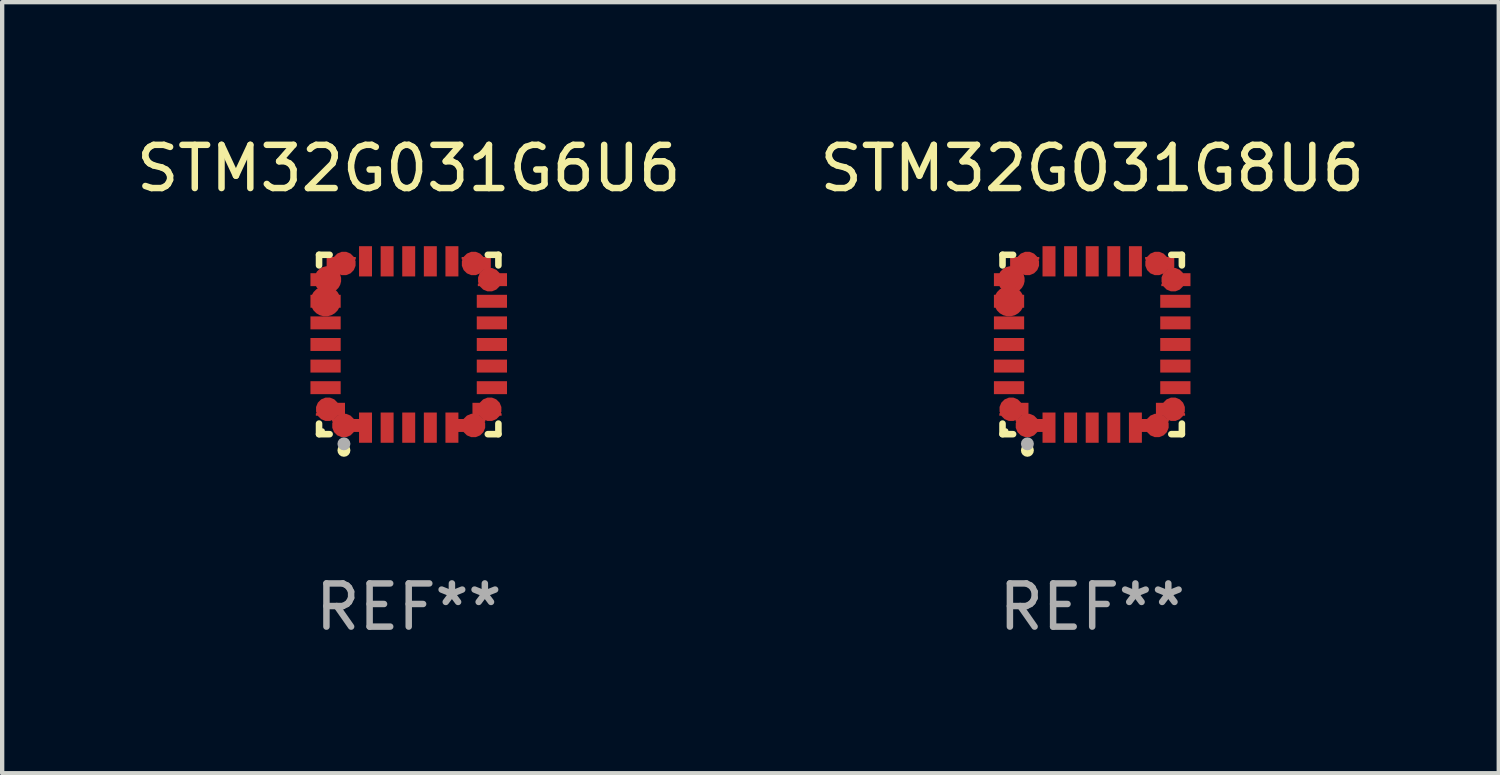
<source format=kicad_pcb>
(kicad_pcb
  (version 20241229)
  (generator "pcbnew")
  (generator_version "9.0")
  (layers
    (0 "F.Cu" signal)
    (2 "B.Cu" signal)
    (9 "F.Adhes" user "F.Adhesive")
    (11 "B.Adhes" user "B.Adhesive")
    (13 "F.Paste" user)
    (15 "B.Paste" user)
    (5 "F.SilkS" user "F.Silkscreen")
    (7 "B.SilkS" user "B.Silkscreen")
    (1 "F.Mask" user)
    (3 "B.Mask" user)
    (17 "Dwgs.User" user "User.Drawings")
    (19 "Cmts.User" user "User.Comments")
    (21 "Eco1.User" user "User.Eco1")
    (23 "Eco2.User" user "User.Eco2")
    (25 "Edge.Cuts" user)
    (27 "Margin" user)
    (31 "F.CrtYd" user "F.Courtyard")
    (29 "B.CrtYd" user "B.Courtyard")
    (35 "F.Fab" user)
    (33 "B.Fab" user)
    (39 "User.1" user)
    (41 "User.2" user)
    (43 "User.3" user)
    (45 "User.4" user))
  (footprint "STM32G031G8U6"
    (layer "F.Cu")
    (at 22.232 4.924)
    (property "Reference" "STM32G031G8U6" (at 0 -4.076 0) (layer "F.SilkS") (effects (font (size 1 1) (thickness 0.15))))
    (attr through_hole)
    (fp_line (start -2.076 -2.076) (end -1.831 -2.076) (stroke (width 0.152) (type solid)) (layer "F.SilkS"))
    (fp_line (start -2.076 -1.831) (end -2.076 -2.076) (stroke (width 0.152) (type solid)) (layer "F.SilkS"))
    (fp_line (start -2.076 1.831) (end -2.076 2.076) (stroke (width 0.152) (type solid)) (layer "F.SilkS"))
    (fp_line (start -2.076 2.076) (end -1.831 2.076) (stroke (width 0.152) (type solid)) (layer "F.SilkS"))
    (fp_line (start 2.076 -2.076) (end 1.831 -2.076) (stroke (width 0.152) (type solid)) (layer "F.SilkS"))
    (fp_line (start 2.076 -1.831) (end 2.076 -2.076) (stroke (width 0.152) (type solid)) (layer "F.SilkS"))
    (fp_line (start 2.076 1.831) (end 2.076 2.076) (stroke (width 0.152) (type solid)) (layer "F.SilkS"))
    (fp_line (start 2.076 2.076) (end 1.831 2.076) (stroke (width 0.152) (type solid)) (layer "F.SilkS"))
    (fp_circle (center -2 2) (end -1.97 2) (stroke (width 0.06) (type solid)) (fill no) (layer "F.SilkS"))
    (fp_circle (center -1.5 2.45) (end -1.425 2.45) (stroke (width 0.15) (type solid)) (fill no) (layer "F.SilkS"))
    (fp_circle (center -1.5 2.3) (end -1.425 2.3) (stroke (width 0.15) (type solid)) (fill no) (layer "F.Fab"))
    (fp_text user "REF**" (at 0 6.076 0) (layer "F.Fab") (effects (font (size 1 1) (thickness 0.15))))
    (pad "1" smd custom (at -1.5 1.875 90) (size 0.55 0.3) (layers "F.Cu" "F.Mask" "F.Paste") (options (anchor circle)) (primitives (gr_poly (pts (xy -0.15 -0.025) (xy -0.15 0.4) (xy 0.15 0.4) (xy 0.15 -0.275) (xy 0.1 -0.275)) (width 0) (fill yes))))
    (pad "2" smd rect (at -1 1.925) (size 0.3 0.7) (layers "F.Cu" "F.Mask" "F.Paste"))
    (pad "3" smd rect (at -0.5 1.925) (size 0.3 0.7) (layers "F.Cu" "F.Mask" "F.Paste"))
    (pad "4" smd rect (at 0 1.925) (size 0.3 0.7) (layers "F.Cu" "F.Mask" "F.Paste"))
    (pad "5" smd rect (at 0.5 1.925) (size 0.3 0.7) (layers "F.Cu" "F.Mask" "F.Paste"))
    (pad "6" smd rect (at 1 1.925) (size 0.3 0.7) (layers "F.Cu" "F.Mask" "F.Paste"))
    (pad "7" smd custom (at 1.5 1.875 270) (size 0.55 0.3) (layers "F.Cu" "F.Mask" "F.Paste") (options (anchor circle)) (primitives (gr_poly (pts (xy 0.15 -0.025) (xy 0.15 0.4) (xy -0.15 0.4) (xy -0.15 -0.275) (xy -0.1 -0.275)) (width 0) (fill yes))))
    (pad "8" smd custom (at 1.875 1.5 180) (size 0.55 0.3) (layers "F.Cu" "F.Mask" "F.Paste") (options (anchor circle)) (primitives (gr_poly (pts (xy -0.025 0.15) (xy 0.4 0.15) (xy 0.4 -0.15) (xy -0.275 -0.15) (xy -0.275 -0.1)) (width 0) (fill yes))))
    (pad "9" smd rect (at 1.925 1) (size 0.7 0.3) (layers "F.Cu" "F.Mask" "F.Paste"))
    (pad "10" smd rect (at 1.925 0.5) (size 0.7 0.3) (layers "F.Cu" "F.Mask" "F.Paste"))
    (pad "11" smd rect (at 1.925 0) (size 0.7 0.3) (layers "F.Cu" "F.Mask" "F.Paste"))
    (pad "12" smd rect (at 1.925 -0.5) (size 0.7 0.3) (layers "F.Cu" "F.Mask" "F.Paste"))
    (pad "13" smd rect (at 1.925 -1) (size 0.7 0.3) (layers "F.Cu" "F.Mask" "F.Paste"))
    (pad "14" smd custom (at 1.875 -1.5) (size 0.55 0.3) (layers "F.Cu" "F.Mask" "F.Paste") (options (anchor circle)) (primitives (gr_poly (pts (xy -0.025 -0.15) (xy 0.4 -0.15) (xy 0.4 0.15) (xy -0.275 0.15) (xy -0.275 0.1)) (width 0) (fill yes))))
    (pad "15" smd custom (at 1.5 -1.875 270) (size 0.55 0.3) (layers "F.Cu" "F.Mask" "F.Paste") (options (anchor circle)) (primitives (gr_poly (pts (xy 0.15 0.025) (xy 0.15 -0.4) (xy -0.15 -0.4) (xy -0.15 0.275) (xy -0.1 0.275)) (width 0) (fill yes))))
    (pad "16" smd rect (at 1 -1.925) (size 0.3 0.7) (layers "F.Cu" "F.Mask" "F.Paste"))
    (pad "17" smd rect (at 0.5 -1.925) (size 0.3 0.7) (layers "F.Cu" "F.Mask" "F.Paste"))
    (pad "18" smd rect (at 0 -1.925) (size 0.3 0.7) (layers "F.Cu" "F.Mask" "F.Paste"))
    (pad "19" smd rect (at -0.5 -1.925) (size 0.3 0.7) (layers "F.Cu" "F.Mask" "F.Paste"))
    (pad "20" smd rect (at -1 -1.925) (size 0.3 0.7) (layers "F.Cu" "F.Mask" "F.Paste"))
    (pad "21" smd custom (at -1.5 -1.875 90) (size 0.55 0.3) (layers "F.Cu" "F.Mask" "F.Paste") (options (anchor circle)) (primitives (gr_poly (pts (xy -0.15 0.025) (xy -0.15 -0.4) (xy 0.15 -0.4) (xy 0.15 0.275) (xy 0.1 0.275)) (width 0) (fill yes))))
    (pad "22" smd custom (at -1.875 -1.5) (size 0.625 0.3) (layers "F.Cu" "F.Mask" "F.Paste") (options (anchor circle)) (primitives (gr_poly (pts (xy 0.025 -0.15) (xy -0.4 -0.15) (xy -0.4 0.15) (xy 0.275 0.15) (xy 0.275 0.1)) (width 0) (fill yes))))
    (pad "23" smd custom (at -1.925 -1) (size 0.7 0.3) (layers "F.Cu" "F.Mask" "F.Paste") (options (anchor circle)) (primitives (gr_poly (pts (xy -0.35 -0.15) (xy 0.35 -0.15) (xy 0.35 0.15) (xy -0.35 0.15)) (width 0) (fill yes))))
    (pad "24" smd rect (at -1.925 -0.5) (size 0.7 0.3) (layers "F.Cu" "F.Mask" "F.Paste"))
    (pad "25" smd rect (at -1.925 0) (size 0.7 0.3) (layers "F.Cu" "F.Mask" "F.Paste"))
    (pad "26" smd rect (at -1.925 0.5) (size 0.7 0.3) (layers "F.Cu" "F.Mask" "F.Paste"))
    (pad "27" smd rect (at -1.925 1) (size 0.7 0.3) (layers "F.Cu" "F.Mask" "F.Paste"))
    (pad "28" smd custom (at -1.875 1.5 180) (size 0.55 0.3) (layers "F.Cu" "F.Mask" "F.Paste") (options (anchor circle)) (primitives (gr_poly (pts (xy 0.025 0.15) (xy -0.4 0.15) (xy -0.4 -0.15) (xy 0.275 -0.15) (xy 0.275 -0.1)) (width 0) (fill yes)))))
  (footprint "STM32G031G6U6"
    (layer "F.Cu")
    (at 6.411 4.924)
    (property "Reference" "STM32G031G6U6" (at 0 -4.076 0) (layer "F.SilkS") (effects (font (size 1 1) (thickness 0.15))))
    (attr through_hole)
    (fp_line (start -2.076 -2.076) (end -1.831 -2.076) (stroke (width 0.152) (type solid)) (layer "F.SilkS"))
    (fp_line (start -2.076 -1.831) (end -2.076 -2.076) (stroke (width 0.152) (type solid)) (layer "F.SilkS"))
    (fp_line (start -2.076 1.831) (end -2.076 2.076) (stroke (width 0.152) (type solid)) (layer "F.SilkS"))
    (fp_line (start -2.076 2.076) (end -1.831 2.076) (stroke (width 0.152) (type solid)) (layer "F.SilkS"))
    (fp_line (start 2.076 -2.076) (end 1.831 -2.076) (stroke (width 0.152) (type solid)) (layer "F.SilkS"))
    (fp_line (start 2.076 -1.831) (end 2.076 -2.076) (stroke (width 0.152) (type solid)) (layer "F.SilkS"))
    (fp_line (start 2.076 1.831) (end 2.076 2.076) (stroke (width 0.152) (type solid)) (layer "F.SilkS"))
    (fp_line (start 2.076 2.076) (end 1.831 2.076) (stroke (width 0.152) (type solid)) (layer "F.SilkS"))
    (fp_circle (center -2 2) (end -1.97 2) (stroke (width 0.06) (type solid)) (fill no) (layer "F.SilkS"))
    (fp_circle (center -1.5 2.45) (end -1.425 2.45) (stroke (width 0.15) (type solid)) (fill no) (layer "F.SilkS"))
    (fp_circle (center -1.5 2.3) (end -1.425 2.3) (stroke (width 0.15) (type solid)) (fill no) (layer "F.Fab"))
    (fp_text user "REF**" (at 0 6.076 0) (layer "F.Fab") (effects (font (size 1 1) (thickness 0.15))))
    (pad "1" smd custom (at -1.5 1.875 90) (size 0.55 0.3) (layers "F.Cu" "F.Mask" "F.Paste") (options (anchor circle)) (primitives (gr_poly (pts (xy -0.15 -0.025) (xy -0.15 0.4) (xy 0.15 0.4) (xy 0.15 -0.275) (xy 0.1 -0.275)) (width 0) (fill yes))))
    (pad "2" smd rect (at -1 1.925) (size 0.3 0.7) (layers "F.Cu" "F.Mask" "F.Paste"))
    (pad "3" smd rect (at -0.5 1.925) (size 0.3 0.7) (layers "F.Cu" "F.Mask" "F.Paste"))
    (pad "4" smd rect (at 0 1.925) (size 0.3 0.7) (layers "F.Cu" "F.Mask" "F.Paste"))
    (pad "5" smd rect (at 0.5 1.925) (size 0.3 0.7) (layers "F.Cu" "F.Mask" "F.Paste"))
    (pad "6" smd rect (at 1 1.925) (size 0.3 0.7) (layers "F.Cu" "F.Mask" "F.Paste"))
    (pad "7" smd custom (at 1.5 1.875 270) (size 0.55 0.3) (layers "F.Cu" "F.Mask" "F.Paste") (options (anchor circle)) (primitives (gr_poly (pts (xy 0.15 -0.025) (xy 0.15 0.4) (xy -0.15 0.4) (xy -0.15 -0.275) (xy -0.1 -0.275)) (width 0) (fill yes))))
    (pad "8" smd custom (at 1.875 1.5 180) (size 0.55 0.3) (layers "F.Cu" "F.Mask" "F.Paste") (options (anchor circle)) (primitives (gr_poly (pts (xy -0.025 0.15) (xy 0.4 0.15) (xy 0.4 -0.15) (xy -0.275 -0.15) (xy -0.275 -0.1)) (width 0) (fill yes))))
    (pad "9" smd rect (at 1.925 1) (size 0.7 0.3) (layers "F.Cu" "F.Mask" "F.Paste"))
    (pad "10" smd rect (at 1.925 0.5) (size 0.7 0.3) (layers "F.Cu" "F.Mask" "F.Paste"))
    (pad "11" smd rect (at 1.925 0) (size 0.7 0.3) (layers "F.Cu" "F.Mask" "F.Paste"))
    (pad "12" smd rect (at 1.925 -0.5) (size 0.7 0.3) (layers "F.Cu" "F.Mask" "F.Paste"))
    (pad "13" smd rect (at 1.925 -1) (size 0.7 0.3) (layers "F.Cu" "F.Mask" "F.Paste"))
    (pad "14" smd custom (at 1.875 -1.5) (size 0.55 0.3) (layers "F.Cu" "F.Mask" "F.Paste") (options (anchor circle)) (primitives (gr_poly (pts (xy -0.025 -0.15) (xy 0.4 -0.15) (xy 0.4 0.15) (xy -0.275 0.15) (xy -0.275 0.1)) (width 0) (fill yes))))
    (pad "15" smd custom (at 1.5 -1.875 270) (size 0.55 0.3) (layers "F.Cu" "F.Mask" "F.Paste") (options (anchor circle)) (primitives (gr_poly (pts (xy 0.15 0.025) (xy 0.15 -0.4) (xy -0.15 -0.4) (xy -0.15 0.275) (xy -0.1 0.275)) (width 0) (fill yes))))
    (pad "16" smd rect (at 1 -1.925) (size 0.3 0.7) (layers "F.Cu" "F.Mask" "F.Paste"))
    (pad "17" smd rect (at 0.5 -1.925) (size 0.3 0.7) (layers "F.Cu" "F.Mask" "F.Paste"))
    (pad "18" smd rect (at 0 -1.925) (size 0.3 0.7) (layers "F.Cu" "F.Mask" "F.Paste"))
    (pad "19" smd rect (at -0.5 -1.925) (size 0.3 0.7) (layers "F.Cu" "F.Mask" "F.Paste"))
    (pad "20" smd rect (at -1 -1.925) (size 0.3 0.7) (layers "F.Cu" "F.Mask" "F.Paste"))
    (pad "21" smd custom (at -1.5 -1.875 90) (size 0.55 0.3) (layers "F.Cu" "F.Mask" "F.Paste") (options (anchor circle)) (primitives (gr_poly (pts (xy -0.15 0.025) (xy -0.15 -0.4) (xy 0.15 -0.4) (xy 0.15 0.275) (xy 0.1 0.275)) (width 0) (fill yes))))
    (pad "22" smd custom (at -1.875 -1.5) (size 0.625 0.3) (layers "F.Cu" "F.Mask" "F.Paste") (options (anchor circle)) (primitives (gr_poly (pts (xy 0.025 -0.15) (xy -0.4 -0.15) (xy -0.4 0.15) (xy 0.275 0.15) (xy 0.275 0.1)) (width 0) (fill yes))))
    (pad "23" smd custom (at -1.925 -1) (size 0.7 0.3) (layers "F.Cu" "F.Mask" "F.Paste") (options (anchor circle)) (primitives (gr_poly (pts (xy -0.35 -0.15) (xy 0.35 -0.15) (xy 0.35 0.15) (xy -0.35 0.15)) (width 0) (fill yes))))
    (pad "24" smd rect (at -1.925 -0.5) (size 0.7 0.3) (layers "F.Cu" "F.Mask" "F.Paste"))
    (pad "25" smd rect (at -1.925 0) (size 0.7 0.3) (layers "F.Cu" "F.Mask" "F.Paste"))
    (pad "26" smd rect (at -1.925 0.5) (size 0.7 0.3) (layers "F.Cu" "F.Mask" "F.Paste"))
    (pad "27" smd rect (at -1.925 1) (size 0.7 0.3) (layers "F.Cu" "F.Mask" "F.Paste"))
    (pad "28" smd custom (at -1.875 1.5 180) (size 0.55 0.3) (layers "F.Cu" "F.Mask" "F.Paste") (options (anchor circle)) (primitives (gr_poly (pts (xy 0.025 0.15) (xy -0.4 0.15) (xy -0.4 -0.15) (xy 0.275 -0.15) (xy 0.275 -0.1)) (width 0) (fill yes)))))
  (gr_rect
    (start -3 -3)
    (end 31.643 14.849)
    (stroke (width 0.1) (type default))
    (fill no)
    (layer "Edge.Cuts")))
</source>
